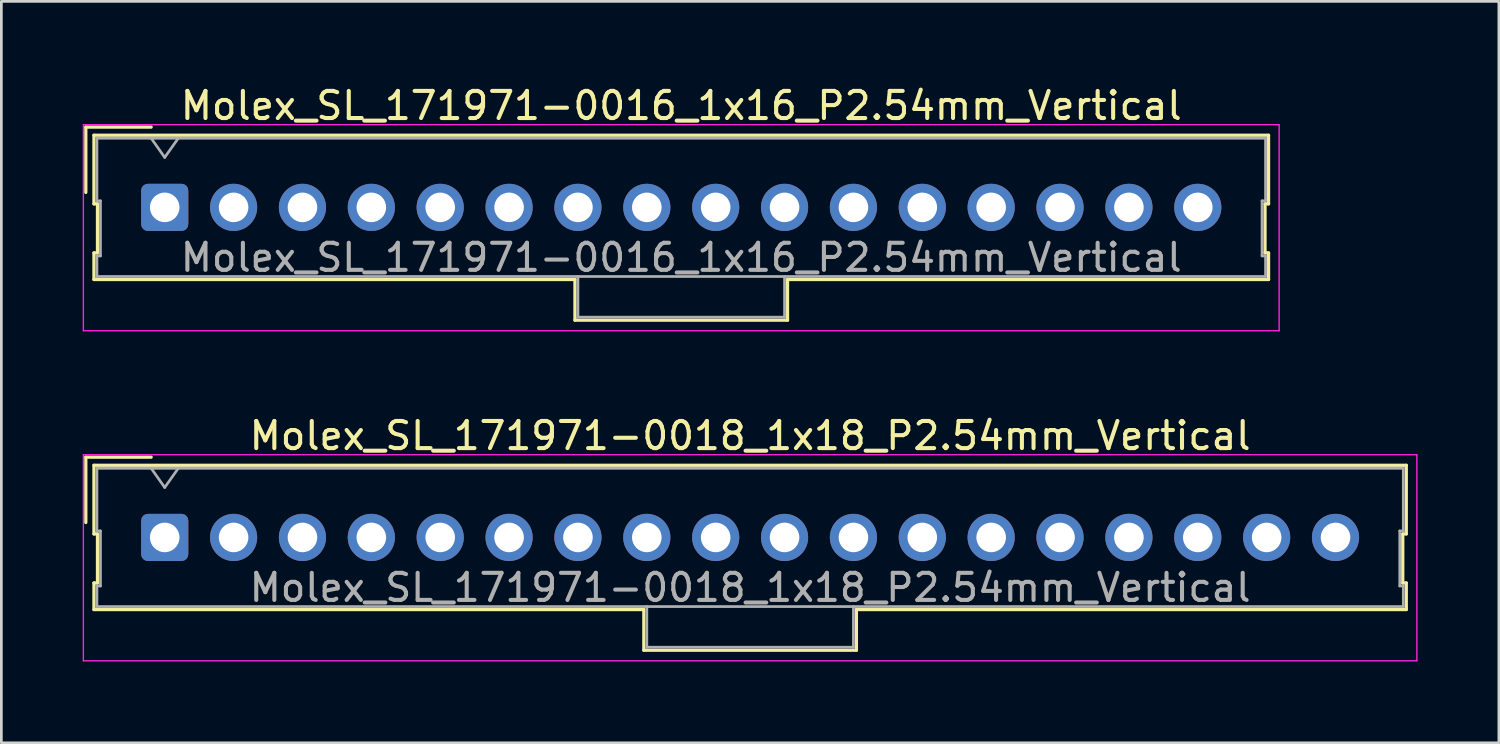
<source format=kicad_pcb>
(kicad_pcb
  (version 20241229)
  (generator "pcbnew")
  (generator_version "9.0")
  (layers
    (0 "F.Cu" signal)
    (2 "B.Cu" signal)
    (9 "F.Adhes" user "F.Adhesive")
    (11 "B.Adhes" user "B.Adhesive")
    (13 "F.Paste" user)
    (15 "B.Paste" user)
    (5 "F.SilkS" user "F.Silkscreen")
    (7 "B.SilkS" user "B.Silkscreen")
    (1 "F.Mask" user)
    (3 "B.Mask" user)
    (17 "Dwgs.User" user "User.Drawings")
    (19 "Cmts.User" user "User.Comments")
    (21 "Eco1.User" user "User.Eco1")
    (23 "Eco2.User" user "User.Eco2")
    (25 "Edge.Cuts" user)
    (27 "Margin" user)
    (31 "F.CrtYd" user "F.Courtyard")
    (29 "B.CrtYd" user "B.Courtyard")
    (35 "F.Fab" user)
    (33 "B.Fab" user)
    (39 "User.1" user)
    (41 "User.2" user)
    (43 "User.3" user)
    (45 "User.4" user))
  (footprint "Molex_SL_171971-0016_1x16_P2.54mm_Vertical"
    (layer "F.Cu")
    (at 3.025 4.598)
    (property "Reference" "Molex_SL_171971-0016_1x16_P2.54mm_Vertical" (at 19.05 -3.75 0) (layer "F.SilkS") (effects (font (size 1 1) (thickness 0.15))))
    (attr through_hole)
    (fp_line (start -2.91 -2.96) (end -0.5 -2.96) (stroke (width 0.12) (type solid)) (layer "F.SilkS"))
    (fp_line (start -2.91 -0.55) (end -2.91 -2.96) (stroke (width 0.12) (type solid)) (layer "F.SilkS"))
    (fp_line (start -2.61 -2.66) (end -2.61 -0.13) (stroke (width 0.12) (type solid)) (layer "F.SilkS"))
    (fp_line (start -2.61 -0.13) (end -2.48 -0.13) (stroke (width 0.12) (type solid)) (layer "F.SilkS"))
    (fp_line (start -2.61 1.68) (end -2.61 2.66) (stroke (width 0.12) (type solid)) (layer "F.SilkS"))
    (fp_line (start -2.61 2.66) (end 15.13 2.66) (stroke (width 0.12) (type solid)) (layer "F.SilkS"))
    (fp_line (start -2.48 -0.13) (end -2.48 1.68) (stroke (width 0.12) (type solid)) (layer "F.SilkS"))
    (fp_line (start -2.48 1.68) (end -2.61 1.68) (stroke (width 0.12) (type solid)) (layer "F.SilkS"))
    (fp_line (start 15.13 2.66) (end 15.13 4.16) (stroke (width 0.12) (type solid)) (layer "F.SilkS"))
    (fp_line (start 15.13 4.16) (end 22.97 4.16) (stroke (width 0.12) (type solid)) (layer "F.SilkS"))
    (fp_line (start 22.97 2.66) (end 40.71 2.66) (stroke (width 0.12) (type solid)) (layer "F.SilkS"))
    (fp_line (start 22.97 4.16) (end 22.97 2.66) (stroke (width 0.12) (type solid)) (layer "F.SilkS"))
    (fp_line (start 40.58 -0.13) (end 40.71 -0.13) (stroke (width 0.12) (type solid)) (layer "F.SilkS"))
    (fp_line (start 40.58 1.68) (end 40.58 -0.13) (stroke (width 0.12) (type solid)) (layer "F.SilkS"))
    (fp_line (start 40.71 -2.66) (end -2.61 -2.66) (stroke (width 0.12) (type solid)) (layer "F.SilkS"))
    (fp_line (start 40.71 -0.13) (end 40.71 -2.66) (stroke (width 0.12) (type solid)) (layer "F.SilkS"))
    (fp_line (start 40.71 1.68) (end 40.58 1.68) (stroke (width 0.12) (type solid)) (layer "F.SilkS"))
    (fp_line (start 40.71 2.66) (end 40.71 1.68) (stroke (width 0.12) (type solid)) (layer "F.SilkS"))
    (fp_line (start -3 -3.05) (end -3 4.55) (stroke (width 0.05) (type solid)) (layer "F.CrtYd"))
    (fp_line (start -3 4.55) (end 41.1 4.55) (stroke (width 0.05) (type solid)) (layer "F.CrtYd"))
    (fp_line (start 41.1 -3.05) (end -3 -3.05) (stroke (width 0.05) (type solid)) (layer "F.CrtYd"))
    (fp_line (start 41.1 4.55) (end 41.1 -3.05) (stroke (width 0.05) (type solid)) (layer "F.CrtYd"))
    (fp_line (start -2.5 -2.55) (end -2.5 -0.24) (stroke (width 0.1) (type solid)) (layer "F.Fab"))
    (fp_line (start -2.5 -0.24) (end -2.37 -0.24) (stroke (width 0.1) (type solid)) (layer "F.Fab"))
    (fp_line (start -2.5 1.79) (end -2.5 2.55) (stroke (width 0.1) (type solid)) (layer "F.Fab"))
    (fp_line (start -2.5 2.55) (end 40.6 2.55) (stroke (width 0.1) (type solid)) (layer "F.Fab"))
    (fp_line (start -2.37 -0.24) (end -2.37 1.79) (stroke (width 0.1) (type solid)) (layer "F.Fab"))
    (fp_line (start -2.37 1.79) (end -2.5 1.79) (stroke (width 0.1) (type solid)) (layer "F.Fab"))
    (fp_line (start 0 -1.843) (end -0.5 -2.55) (stroke (width 0.1) (type solid)) (layer "F.Fab"))
    (fp_line (start 0.5 -2.55) (end 0 -1.843) (stroke (width 0.1) (type solid)) (layer "F.Fab"))
    (fp_line (start 15.24 2.55) (end 15.24 4.05) (stroke (width 0.1) (type solid)) (layer "F.Fab"))
    (fp_line (start 15.24 4.05) (end 22.86 4.05) (stroke (width 0.1) (type solid)) (layer "F.Fab"))
    (fp_line (start 22.86 4.05) (end 22.86 2.55) (stroke (width 0.1) (type solid)) (layer "F.Fab"))
    (fp_line (start 40.47 -0.24) (end 40.6 -0.24) (stroke (width 0.1) (type solid)) (layer "F.Fab"))
    (fp_line (start 40.47 1.79) (end 40.47 -0.24) (stroke (width 0.1) (type solid)) (layer "F.Fab"))
    (fp_line (start 40.6 -2.55) (end -2.5 -2.55) (stroke (width 0.1) (type solid)) (layer "F.Fab"))
    (fp_line (start 40.6 -0.24) (end 40.6 -2.55) (stroke (width 0.1) (type solid)) (layer "F.Fab"))
    (fp_line (start 40.6 1.79) (end 40.47 1.79) (stroke (width 0.1) (type solid)) (layer "F.Fab"))
    (fp_line (start 40.6 2.55) (end 40.6 1.79) (stroke (width 0.1) (type solid)) (layer "F.Fab"))
    (fp_text user "${REFERENCE}" (at 19.05 1.85 0) (layer "F.Fab") (effects (font (size 1 1) (thickness 0.15))))
    (pad "1" thru_hole roundrect (at 0 0) (size 1.74 1.74) (drill 1.09) (layers "*.Cu" "*.Mask") (roundrect_rratio 0.144))
    (pad "2" thru_hole circle (at 2.54 0) (size 1.74 1.74) (drill 1.09) (layers "*.Cu" "*.Mask"))
    (pad "3" thru_hole circle (at 5.08 0) (size 1.74 1.74) (drill 1.09) (layers "*.Cu" "*.Mask"))
    (pad "4" thru_hole circle (at 7.62 0) (size 1.74 1.74) (drill 1.09) (layers "*.Cu" "*.Mask"))
    (pad "5" thru_hole circle (at 10.16 0) (size 1.74 1.74) (drill 1.09) (layers "*.Cu" "*.Mask"))
    (pad "6" thru_hole circle (at 12.7 0) (size 1.74 1.74) (drill 1.09) (layers "*.Cu" "*.Mask"))
    (pad "7" thru_hole circle (at 15.24 0) (size 1.74 1.74) (drill 1.09) (layers "*.Cu" "*.Mask"))
    (pad "8" thru_hole circle (at 17.78 0) (size 1.74 1.74) (drill 1.09) (layers "*.Cu" "*.Mask"))
    (pad "9" thru_hole circle (at 20.32 0) (size 1.74 1.74) (drill 1.09) (layers "*.Cu" "*.Mask"))
    (pad "10" thru_hole circle (at 22.86 0) (size 1.74 1.74) (drill 1.09) (layers "*.Cu" "*.Mask"))
    (pad "11" thru_hole circle (at 25.4 0) (size 1.74 1.74) (drill 1.09) (layers "*.Cu" "*.Mask"))
    (pad "12" thru_hole circle (at 27.94 0) (size 1.74 1.74) (drill 1.09) (layers "*.Cu" "*.Mask"))
    (pad "13" thru_hole circle (at 30.48 0) (size 1.74 1.74) (drill 1.09) (layers "*.Cu" "*.Mask"))
    (pad "14" thru_hole circle (at 33.02 0) (size 1.74 1.74) (drill 1.09) (layers "*.Cu" "*.Mask"))
    (pad "15" thru_hole circle (at 35.56 0) (size 1.74 1.74) (drill 1.09) (layers "*.Cu" "*.Mask"))
    (pad "16" thru_hole circle (at 38.1 0) (size 1.74 1.74) (drill 1.09) (layers "*.Cu" "*.Mask")))
  (footprint "Molex_SL_171971-0018_1x18_P2.54mm_Vertical"
    (layer "F.Cu")
    (at 3.025 16.771)
    (property "Reference" "Molex_SL_171971-0018_1x18_P2.54mm_Vertical" (at 21.59 -3.75 0) (layer "F.SilkS") (effects (font (size 1 1) (thickness 0.15))))
    (attr through_hole)
    (fp_line (start -2.91 -2.96) (end -0.5 -2.96) (stroke (width 0.12) (type solid)) (layer "F.SilkS"))
    (fp_line (start -2.91 -0.55) (end -2.91 -2.96) (stroke (width 0.12) (type solid)) (layer "F.SilkS"))
    (fp_line (start -2.61 -2.66) (end -2.61 -0.13) (stroke (width 0.12) (type solid)) (layer "F.SilkS"))
    (fp_line (start -2.61 -0.13) (end -2.48 -0.13) (stroke (width 0.12) (type solid)) (layer "F.SilkS"))
    (fp_line (start -2.61 1.68) (end -2.61 2.66) (stroke (width 0.12) (type solid)) (layer "F.SilkS"))
    (fp_line (start -2.61 2.66) (end 17.67 2.66) (stroke (width 0.12) (type solid)) (layer "F.SilkS"))
    (fp_line (start -2.48 -0.13) (end -2.48 1.68) (stroke (width 0.12) (type solid)) (layer "F.SilkS"))
    (fp_line (start -2.48 1.68) (end -2.61 1.68) (stroke (width 0.12) (type solid)) (layer "F.SilkS"))
    (fp_line (start 17.67 2.66) (end 17.67 4.16) (stroke (width 0.12) (type solid)) (layer "F.SilkS"))
    (fp_line (start 17.67 4.16) (end 25.51 4.16) (stroke (width 0.12) (type solid)) (layer "F.SilkS"))
    (fp_line (start 25.51 2.66) (end 45.79 2.66) (stroke (width 0.12) (type solid)) (layer "F.SilkS"))
    (fp_line (start 25.51 4.16) (end 25.51 2.66) (stroke (width 0.12) (type solid)) (layer "F.SilkS"))
    (fp_line (start 45.66 -0.13) (end 45.79 -0.13) (stroke (width 0.12) (type solid)) (layer "F.SilkS"))
    (fp_line (start 45.66 1.68) (end 45.66 -0.13) (stroke (width 0.12) (type solid)) (layer "F.SilkS"))
    (fp_line (start 45.79 -2.66) (end -2.61 -2.66) (stroke (width 0.12) (type solid)) (layer "F.SilkS"))
    (fp_line (start 45.79 -0.13) (end 45.79 -2.66) (stroke (width 0.12) (type solid)) (layer "F.SilkS"))
    (fp_line (start 45.79 1.68) (end 45.66 1.68) (stroke (width 0.12) (type solid)) (layer "F.SilkS"))
    (fp_line (start 45.79 2.66) (end 45.79 1.68) (stroke (width 0.12) (type solid)) (layer "F.SilkS"))
    (fp_line (start -3 -3.05) (end -3 4.55) (stroke (width 0.05) (type solid)) (layer "F.CrtYd"))
    (fp_line (start -3 4.55) (end 46.18 4.55) (stroke (width 0.05) (type solid)) (layer "F.CrtYd"))
    (fp_line (start 46.18 -3.05) (end -3 -3.05) (stroke (width 0.05) (type solid)) (layer "F.CrtYd"))
    (fp_line (start 46.18 4.55) (end 46.18 -3.05) (stroke (width 0.05) (type solid)) (layer "F.CrtYd"))
    (fp_line (start -2.5 -2.55) (end -2.5 -0.24) (stroke (width 0.1) (type solid)) (layer "F.Fab"))
    (fp_line (start -2.5 -0.24) (end -2.37 -0.24) (stroke (width 0.1) (type solid)) (layer "F.Fab"))
    (fp_line (start -2.5 1.79) (end -2.5 2.55) (stroke (width 0.1) (type solid)) (layer "F.Fab"))
    (fp_line (start -2.5 2.55) (end 45.68 2.55) (stroke (width 0.1) (type solid)) (layer "F.Fab"))
    (fp_line (start -2.37 -0.24) (end -2.37 1.79) (stroke (width 0.1) (type solid)) (layer "F.Fab"))
    (fp_line (start -2.37 1.79) (end -2.5 1.79) (stroke (width 0.1) (type solid)) (layer "F.Fab"))
    (fp_line (start 0 -1.843) (end -0.5 -2.55) (stroke (width 0.1) (type solid)) (layer "F.Fab"))
    (fp_line (start 0.5 -2.55) (end 0 -1.843) (stroke (width 0.1) (type solid)) (layer "F.Fab"))
    (fp_line (start 17.78 2.55) (end 17.78 4.05) (stroke (width 0.1) (type solid)) (layer "F.Fab"))
    (fp_line (start 17.78 4.05) (end 25.4 4.05) (stroke (width 0.1) (type solid)) (layer "F.Fab"))
    (fp_line (start 25.4 4.05) (end 25.4 2.55) (stroke (width 0.1) (type solid)) (layer "F.Fab"))
    (fp_line (start 45.55 -0.24) (end 45.68 -0.24) (stroke (width 0.1) (type solid)) (layer "F.Fab"))
    (fp_line (start 45.55 1.79) (end 45.55 -0.24) (stroke (width 0.1) (type solid)) (layer "F.Fab"))
    (fp_line (start 45.68 -2.55) (end -2.5 -2.55) (stroke (width 0.1) (type solid)) (layer "F.Fab"))
    (fp_line (start 45.68 -0.24) (end 45.68 -2.55) (stroke (width 0.1) (type solid)) (layer "F.Fab"))
    (fp_line (start 45.68 1.79) (end 45.55 1.79) (stroke (width 0.1) (type solid)) (layer "F.Fab"))
    (fp_line (start 45.68 2.55) (end 45.68 1.79) (stroke (width 0.1) (type solid)) (layer "F.Fab"))
    (fp_text user "${REFERENCE}" (at 21.59 1.85 0) (layer "F.Fab") (effects (font (size 1 1) (thickness 0.15))))
    (pad "1" thru_hole roundrect (at 0 0) (size 1.74 1.74) (drill 1.09) (layers "*.Cu" "*.Mask") (roundrect_rratio 0.144))
    (pad "2" thru_hole circle (at 2.54 0) (size 1.74 1.74) (drill 1.09) (layers "*.Cu" "*.Mask"))
    (pad "3" thru_hole circle (at 5.08 0) (size 1.74 1.74) (drill 1.09) (layers "*.Cu" "*.Mask"))
    (pad "4" thru_hole circle (at 7.62 0) (size 1.74 1.74) (drill 1.09) (layers "*.Cu" "*.Mask"))
    (pad "5" thru_hole circle (at 10.16 0) (size 1.74 1.74) (drill 1.09) (layers "*.Cu" "*.Mask"))
    (pad "6" thru_hole circle (at 12.7 0) (size 1.74 1.74) (drill 1.09) (layers "*.Cu" "*.Mask"))
    (pad "7" thru_hole circle (at 15.24 0) (size 1.74 1.74) (drill 1.09) (layers "*.Cu" "*.Mask"))
    (pad "8" thru_hole circle (at 17.78 0) (size 1.74 1.74) (drill 1.09) (layers "*.Cu" "*.Mask"))
    (pad "9" thru_hole circle (at 20.32 0) (size 1.74 1.74) (drill 1.09) (layers "*.Cu" "*.Mask"))
    (pad "10" thru_hole circle (at 22.86 0) (size 1.74 1.74) (drill 1.09) (layers "*.Cu" "*.Mask"))
    (pad "11" thru_hole circle (at 25.4 0) (size 1.74 1.74) (drill 1.09) (layers "*.Cu" "*.Mask"))
    (pad "12" thru_hole circle (at 27.94 0) (size 1.74 1.74) (drill 1.09) (layers "*.Cu" "*.Mask"))
    (pad "13" thru_hole circle (at 30.48 0) (size 1.74 1.74) (drill 1.09) (layers "*.Cu" "*.Mask"))
    (pad "14" thru_hole circle (at 33.02 0) (size 1.74 1.74) (drill 1.09) (layers "*.Cu" "*.Mask"))
    (pad "15" thru_hole circle (at 35.56 0) (size 1.74 1.74) (drill 1.09) (layers "*.Cu" "*.Mask"))
    (pad "16" thru_hole circle (at 38.1 0) (size 1.74 1.74) (drill 1.09) (layers "*.Cu" "*.Mask"))
    (pad "17" thru_hole circle (at 40.64 0) (size 1.74 1.74) (drill 1.09) (layers "*.Cu" "*.Mask"))
    (pad "18" thru_hole circle (at 43.18 0) (size 1.74 1.74) (drill 1.09) (layers "*.Cu" "*.Mask")))
  (gr_rect
    (start -3 -3)
    (end 52.23 24.346)
    (stroke (width 0.1) (type default))
    (fill no)
    (layer "Edge.Cuts")))
</source>
